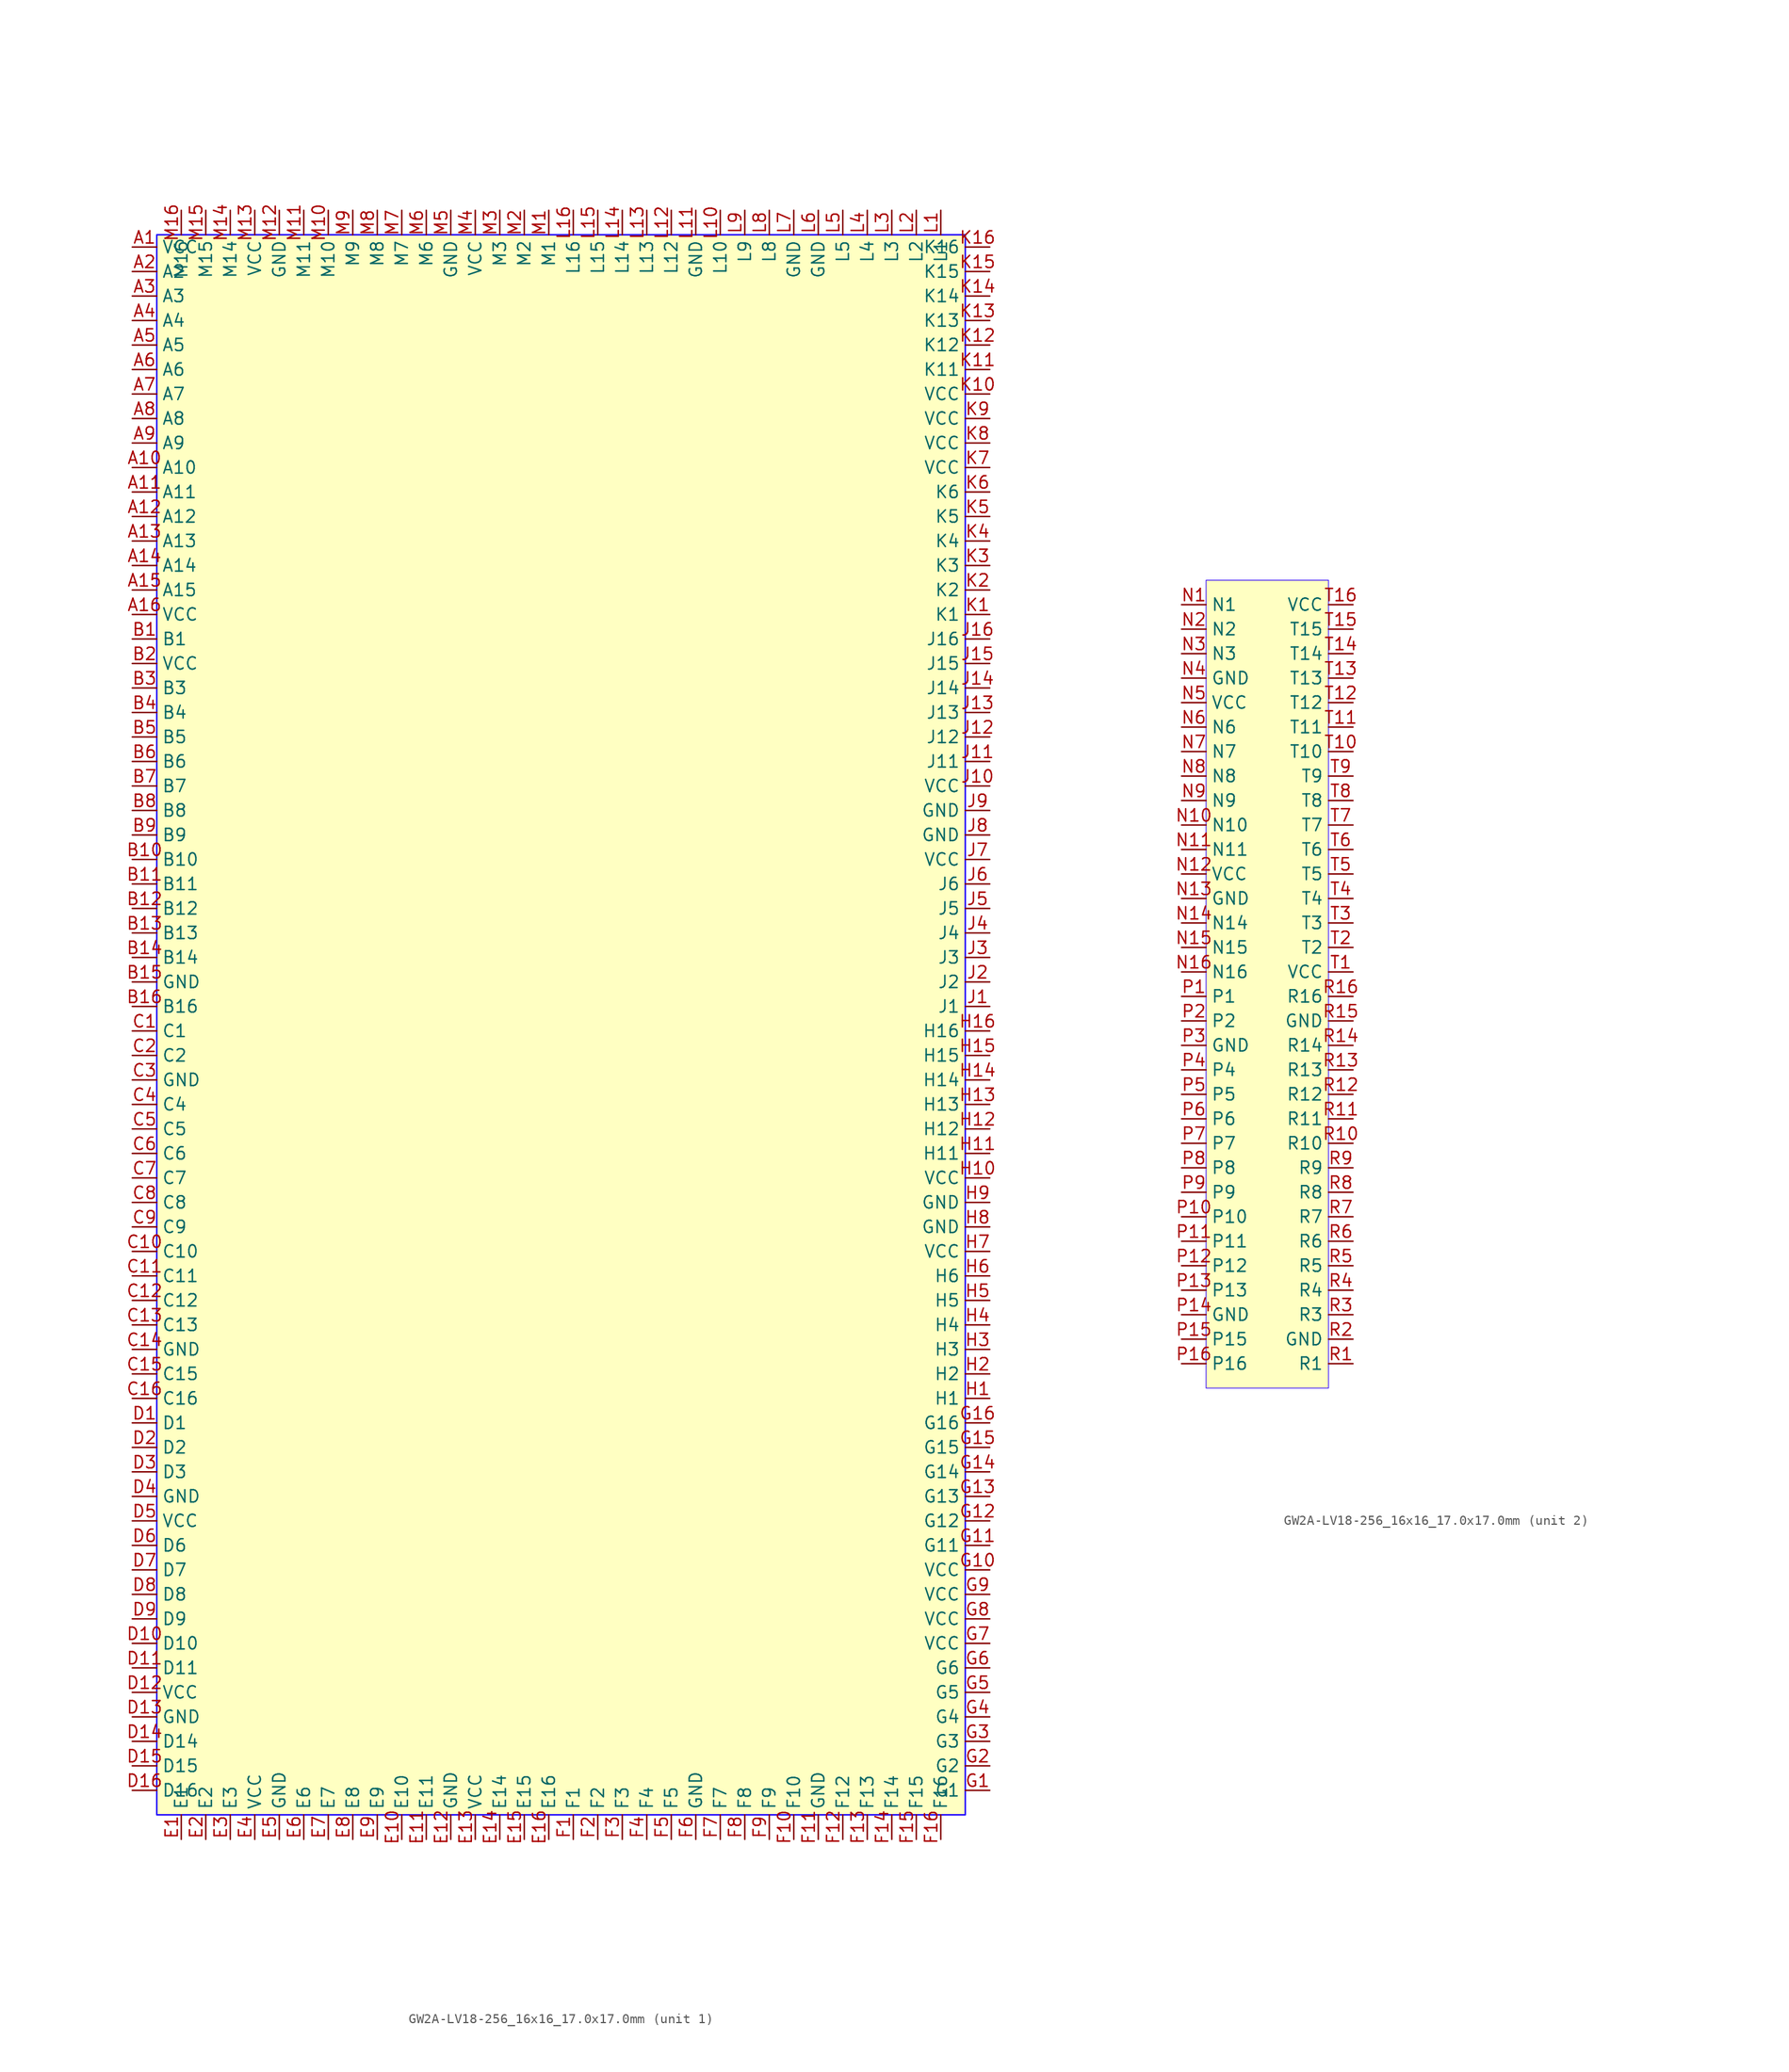
<source format=kicad_sym>
(kicad_symbol_lib
  (version 20241209)
  (generator "kicad_symbol_editor")
  (generator_version "9.0")
  (symbol "GW2A-LV18-256_16x16_17.0x17.0mm"
    (property "Reference" "GW2A"
      (at 44.45 85.09 0)
      (effects (font (size 1.27 1.27)) (hide yes)))
    (property "Value" ""
      (at 44.45 85.09 0)
      (effects (font (size 1.27 1.27))))
    (property "ki_locked" ""
      (at 0 0 0)
      (effects (font (size 1.27 1.27))))
    (symbol "GW2A-LV18-256_16x16_17.0x17.0mm_1_1"
      (rectangle (start 31.75 97.79) (end 115.57 -66.04) (stroke (width 0) (type solid) (color 26 1 255 1)) (fill (type background)))
      (pin power_in line (at 29.21 96.52 0) (length 2.54) (name "VCC" (effects (font (size 1.27 1.27)))) (number "A1" (effects (font (size 1.27 1.27)))))
      (pin output line (at 29.21 93.98 0) (length 2.54) (name "A2" (effects (font (size 1.27 1.27)))) (number "A2" (effects (font (size 1.27 1.27)))))
      (pin input line (at 29.21 91.44 0) (length 2.54) (name "A3" (effects (font (size 1.27 1.27)))) (number "A3" (effects (font (size 1.27 1.27)))))
      (pin input line (at 29.21 88.9 0) (length 2.54) (name "A4" (effects (font (size 1.27 1.27)))) (number "A4" (effects (font (size 1.27 1.27)))))
      (pin input line (at 29.21 86.36 0) (length 2.54) (name "A5" (effects (font (size 1.27 1.27)))) (number "A5" (effects (font (size 1.27 1.27)))))
      (pin output line (at 29.21 83.82 0) (length 2.54) (name "A6" (effects (font (size 1.27 1.27)))) (number "A6" (effects (font (size 1.27 1.27)))))
      (pin input line (at 29.21 81.28 0) (length 2.54) (name "A7" (effects (font (size 1.27 1.27)))) (number "A7" (effects (font (size 1.27 1.27)))))
      (pin output line (at 29.21 78.74 0) (length 2.54) (name "A8" (effects (font (size 1.27 1.27)))) (number "A8" (effects (font (size 1.27 1.27)))))
      (pin input line (at 29.21 76.2 0) (length 2.54) (name "A9" (effects (font (size 1.27 1.27)))) (number "A9" (effects (font (size 1.27 1.27)))))
      (pin output line (at 29.21 73.66 0) (length 2.54) (name "A10" (effects (font (size 1.27 1.27)))) (number "A10" (effects (font (size 1.27 1.27)))))
      (pin input line (at 29.21 71.12 0) (length 2.54) (name "A11" (effects (font (size 1.27 1.27)))) (number "A11" (effects (font (size 1.27 1.27)))))
      (pin output line (at 29.21 68.58 0) (length 2.54) (name "A12" (effects (font (size 1.27 1.27)))) (number "A12" (effects (font (size 1.27 1.27)))))
      (pin input line (at 29.21 66.04 0) (length 2.54) (name "A13" (effects (font (size 1.27 1.27)))) (number "A13" (effects (font (size 1.27 1.27)))))
      (pin output line (at 29.21 63.5 0) (length 2.54) (name "A14" (effects (font (size 1.27 1.27)))) (number "A14" (effects (font (size 1.27 1.27)))))
      (pin output line (at 29.21 60.96 0) (length 2.54) (name "A15" (effects (font (size 1.27 1.27)))) (number "A15" (effects (font (size 1.27 1.27)))))
      (pin power_in line (at 29.21 58.42 0) (length 2.54) (name "VCC" (effects (font (size 1.27 1.27)))) (number "A16" (effects (font (size 1.27 1.27)))))
      (pin input line (at 29.21 55.88 0) (length 2.54) (name "B1" (effects (font (size 1.27 1.27)))) (number "B1" (effects (font (size 1.27 1.27)))))
      (pin power_in line (at 29.21 53.34 0) (length 2.54) (name "VCC" (effects (font (size 1.27 1.27)))) (number "B2" (effects (font (size 1.27 1.27)))))
      (pin input line (at 29.21 50.8 0) (length 2.54) (name "B3" (effects (font (size 1.27 1.27)))) (number "B3" (effects (font (size 1.27 1.27)))))
      (pin output line (at 29.21 48.26 0) (length 2.54) (name "B4" (effects (font (size 1.27 1.27)))) (number "B4" (effects (font (size 1.27 1.27)))))
      (pin output line (at 29.21 45.72 0) (length 2.54) (name "B5" (effects (font (size 1.27 1.27)))) (number "B5" (effects (font (size 1.27 1.27)))))
      (pin output line (at 29.21 43.18 0) (length 2.54) (name "B6" (effects (font (size 1.27 1.27)))) (number "B6" (effects (font (size 1.27 1.27)))))
      (pin input line (at 29.21 40.64 0) (length 2.54) (name "B7" (effects (font (size 1.27 1.27)))) (number "B7" (effects (font (size 1.27 1.27)))))
      (pin output line (at 29.21 38.1 0) (length 2.54) (name "B8" (effects (font (size 1.27 1.27)))) (number "B8" (effects (font (size 1.27 1.27)))))
      (pin input line (at 29.21 35.56 0) (length 2.54) (name "B9" (effects (font (size 1.27 1.27)))) (number "B9" (effects (font (size 1.27 1.27)))))
      (pin output line (at 29.21 33.02 0) (length 2.54) (name "B10" (effects (font (size 1.27 1.27)))) (number "B10" (effects (font (size 1.27 1.27)))))
      (pin input line (at 29.21 30.48 0) (length 2.54) (name "B11" (effects (font (size 1.27 1.27)))) (number "B11" (effects (font (size 1.27 1.27)))))
      (pin output line (at 29.21 27.94 0) (length 2.54) (name "B12" (effects (font (size 1.27 1.27)))) (number "B12" (effects (font (size 1.27 1.27)))))
      (pin input line (at 29.21 25.4 0) (length 2.54) (name "B13" (effects (font (size 1.27 1.27)))) (number "B13" (effects (font (size 1.27 1.27)))))
      (pin input line (at 29.21 22.86 0) (length 2.54) (name "B14" (effects (font (size 1.27 1.27)))) (number "B14" (effects (font (size 1.27 1.27)))))
      (pin power_out line (at 29.21 20.32 0) (length 2.54) (name "GND" (effects (font (size 1.27 1.27)))) (number "B15" (effects (font (size 1.27 1.27)))))
      (pin output line (at 29.21 17.78 0) (length 2.54) (name "B16" (effects (font (size 1.27 1.27)))) (number "B16" (effects (font (size 1.27 1.27)))))
      (pin input line (at 29.21 15.24 0) (length 2.54) (name "C1" (effects (font (size 1.27 1.27)))) (number "C1" (effects (font (size 1.27 1.27)))))
      (pin output line (at 29.21 12.7 0) (length 2.54) (name "C2" (effects (font (size 1.27 1.27)))) (number "C2" (effects (font (size 1.27 1.27)))))
      (pin power_out line (at 29.21 10.16 0) (length 2.54) (name "GND" (effects (font (size 1.27 1.27)))) (number "C3" (effects (font (size 1.27 1.27)))))
      (pin input line (at 29.21 7.62 0) (length 2.54) (name "C4" (effects (font (size 1.27 1.27)))) (number "C4" (effects (font (size 1.27 1.27)))))
      (pin output line (at 29.21 5.08 0) (length 2.54) (name "C5" (effects (font (size 1.27 1.27)))) (number "C5" (effects (font (size 1.27 1.27)))))
      (pin input line (at 29.21 2.54 0) (length 2.54) (name "C6" (effects (font (size 1.27 1.27)))) (number "C6" (effects (font (size 1.27 1.27)))))
      (pin output line (at 29.21 0 0) (length 2.54) (name "C7" (effects (font (size 1.27 1.27)))) (number "C7" (effects (font (size 1.27 1.27)))))
      (pin input line (at 29.21 -2.54 0) (length 2.54) (name "C8" (effects (font (size 1.27 1.27)))) (number "C8" (effects (font (size 1.27 1.27)))))
      (pin output line (at 29.21 -5.08 0) (length 2.54) (name "C9" (effects (font (size 1.27 1.27)))) (number "C9" (effects (font (size 1.27 1.27)))))
      (pin unspecified line (at 29.21 -7.62 0) (length 2.54) (name "C10" (effects (font (size 1.27 1.27)))) (number "C10" (effects (font (size 1.27 1.27)))))
      (pin output line (at 29.21 -10.16 0) (length 2.54) (name "C11" (effects (font (size 1.27 1.27)))) (number "C11" (effects (font (size 1.27 1.27)))))
      (pin input line (at 29.21 -12.7 0) (length 2.54) (name "C12" (effects (font (size 1.27 1.27)))) (number "C12" (effects (font (size 1.27 1.27)))))
      (pin output line (at 29.21 -15.24 0) (length 2.54) (name "C13" (effects (font (size 1.27 1.27)))) (number "C13" (effects (font (size 1.27 1.27)))))
      (pin power_out line (at 29.21 -17.78 0) (length 2.54) (name "GND" (effects (font (size 1.27 1.27)))) (number "C14" (effects (font (size 1.27 1.27)))))
      (pin input line (at 29.21 -20.32 0) (length 2.54) (name "C15" (effects (font (size 1.27 1.27)))) (number "C15" (effects (font (size 1.27 1.27)))))
      (pin input line (at 29.21 -22.86 0) (length 2.54) (name "C16" (effects (font (size 1.27 1.27)))) (number "C16" (effects (font (size 1.27 1.27)))))
      (pin output line (at 29.21 -25.4 0) (length 2.54) (name "D1" (effects (font (size 1.27 1.27)))) (number "D1" (effects (font (size 1.27 1.27)))))
      (pin output line (at 29.21 -27.94 0) (length 2.54) (name "D2" (effects (font (size 1.27 1.27)))) (number "D2" (effects (font (size 1.27 1.27)))))
      (pin input line (at 29.21 -30.48 0) (length 2.54) (name "D3" (effects (font (size 1.27 1.27)))) (number "D3" (effects (font (size 1.27 1.27)))))
      (pin power_out line (at 29.21 -33.02 0) (length 2.54) (name "GND" (effects (font (size 1.27 1.27)))) (number "D4" (effects (font (size 1.27 1.27)))))
      (pin power_in line (at 29.21 -35.56 0) (length 2.54) (name "VCC" (effects (font (size 1.27 1.27)))) (number "D5" (effects (font (size 1.27 1.27)))))
      (pin input line (at 29.21 -38.1 0) (length 2.54) (name "D6" (effects (font (size 1.27 1.27)))) (number "D6" (effects (font (size 1.27 1.27)))))
      (pin output line (at 29.21 -40.64 0) (length 2.54) (name "D7" (effects (font (size 1.27 1.27)))) (number "D7" (effects (font (size 1.27 1.27)))))
      (pin input line (at 29.21 -43.18 0) (length 2.54) (name "D8" (effects (font (size 1.27 1.27)))) (number "D8" (effects (font (size 1.27 1.27)))))
      (pin output line (at 29.21 -45.72 0) (length 2.54) (name "D9" (effects (font (size 1.27 1.27)))) (number "D9" (effects (font (size 1.27 1.27)))))
      (pin input line (at 29.21 -48.26 0) (length 2.54) (name "D10" (effects (font (size 1.27 1.27)))) (number "D10" (effects (font (size 1.27 1.27)))))
      (pin unspecified line (at 29.21 -50.8 0) (length 2.54) (name "D11" (effects (font (size 1.27 1.27)))) (number "D11" (effects (font (size 1.27 1.27)))))
      (pin power_in line (at 29.21 -53.34 0) (length 2.54) (name "VCC" (effects (font (size 1.27 1.27)))) (number "D12" (effects (font (size 1.27 1.27)))))
      (pin power_out line (at 29.21 -55.88 0) (length 2.54) (name "GND" (effects (font (size 1.27 1.27)))) (number "D13" (effects (font (size 1.27 1.27)))))
      (pin input line (at 29.21 -58.42 0) (length 2.54) (name "D14" (effects (font (size 1.27 1.27)))) (number "D14" (effects (font (size 1.27 1.27)))))
      (pin output line (at 29.21 -60.96 0) (length 2.54) (name "D15" (effects (font (size 1.27 1.27)))) (number "D15" (effects (font (size 1.27 1.27)))))
      (pin input line (at 29.21 -63.5 0) (length 2.54) (name "D16" (effects (font (size 1.27 1.27)))) (number "D16" (effects (font (size 1.27 1.27)))))
      (pin input line (at 34.29 100.33 270) (length 2.54) (name "M16" (effects (font (size 1.27 1.27)))) (number "M16" (effects (font (size 1.27 1.27)))))
      (pin input line (at 34.29 -68.58 90) (length 2.54) (name "E1" (effects (font (size 1.27 1.27)))) (number "E1" (effects (font (size 1.27 1.27)))))
      (pin output line (at 36.83 100.33 270) (length 2.54) (name "M15" (effects (font (size 1.27 1.27)))) (number "M15" (effects (font (size 1.27 1.27)))))
      (pin input line (at 36.83 -68.58 90) (length 2.54) (name "E2" (effects (font (size 1.27 1.27)))) (number "E2" (effects (font (size 1.27 1.27)))))
      (pin input line (at 39.37 100.33 270) (length 2.54) (name "M14" (effects (font (size 1.27 1.27)))) (number "M14" (effects (font (size 1.27 1.27)))))
      (pin output line (at 39.37 -68.58 90) (length 2.54) (name "E3" (effects (font (size 1.27 1.27)))) (number "E3" (effects (font (size 1.27 1.27)))))
      (pin power_in line (at 41.91 100.33 270) (length 2.54) (name "VCC" (effects (font (size 1.27 1.27)))) (number "M13" (effects (font (size 1.27 1.27)))))
      (pin power_in line (at 41.91 -68.58 90) (length 2.54) (name "VCC" (effects (font (size 1.27 1.27)))) (number "E4" (effects (font (size 1.27 1.27)))))
      (pin power_out line (at 44.45 100.33 270) (length 2.54) (name "GND" (effects (font (size 1.27 1.27)))) (number "M12" (effects (font (size 1.27 1.27)))))
      (pin power_out line (at 44.45 -68.58 90) (length 2.54) (name "GND" (effects (font (size 1.27 1.27)))) (number "E5" (effects (font (size 1.27 1.27)))))
      (pin output line (at 46.99 100.33 270) (length 2.54) (name "M11" (effects (font (size 1.27 1.27)))) (number "M11" (effects (font (size 1.27 1.27)))))
      (pin input line (at 46.99 -68.58 90) (length 2.54) (name "E6" (effects (font (size 1.27 1.27)))) (number "E6" (effects (font (size 1.27 1.27)))))
      (pin input line (at 49.53 100.33 270) (length 2.54) (name "M10" (effects (font (size 1.27 1.27)))) (number "M10" (effects (font (size 1.27 1.27)))))
      (pin output line (at 49.53 -68.58 90) (length 2.54) (name "E7" (effects (font (size 1.27 1.27)))) (number "E7" (effects (font (size 1.27 1.27)))))
      (pin input line (at 52.07 100.33 270) (length 2.54) (name "M9" (effects (font (size 1.27 1.27)))) (number "M9" (effects (font (size 1.27 1.27)))))
      (pin output line (at 52.07 -68.58 90) (length 2.54) (name "E8" (effects (font (size 1.27 1.27)))) (number "E8" (effects (font (size 1.27 1.27)))))
      (pin input line (at 54.61 100.33 270) (length 2.54) (name "M8" (effects (font (size 1.27 1.27)))) (number "M8" (effects (font (size 1.27 1.27)))))
      (pin output line (at 54.61 -68.58 90) (length 2.54) (name "E9" (effects (font (size 1.27 1.27)))) (number "E9" (effects (font (size 1.27 1.27)))))
      (pin input line (at 57.15 100.33 270) (length 2.54) (name "M7" (effects (font (size 1.27 1.27)))) (number "M7" (effects (font (size 1.27 1.27)))))
      (pin output line (at 57.15 -68.58 90) (length 2.54) (name "E10" (effects (font (size 1.27 1.27)))) (number "E10" (effects (font (size 1.27 1.27)))))
      (pin input line (at 59.69 100.33 270) (length 2.54) (name "M6" (effects (font (size 1.27 1.27)))) (number "M6" (effects (font (size 1.27 1.27)))))
      (pin output line (at 59.69 -68.58 90) (length 2.54) (name "E11" (effects (font (size 1.27 1.27)))) (number "E11" (effects (font (size 1.27 1.27)))))
      (pin power_out line (at 62.23 100.33 270) (length 2.54) (name "GND" (effects (font (size 1.27 1.27)))) (number "M5" (effects (font (size 1.27 1.27)))))
      (pin power_out line (at 62.23 -68.58 90) (length 2.54) (name "GND" (effects (font (size 1.27 1.27)))) (number "E12" (effects (font (size 1.27 1.27)))))
      (pin power_in line (at 64.77 100.33 270) (length 2.54) (name "VCC" (effects (font (size 1.27 1.27)))) (number "M4" (effects (font (size 1.27 1.27)))))
      (pin power_in line (at 64.77 -68.58 90) (length 2.54) (name "VCC" (effects (font (size 1.27 1.27)))) (number "E13" (effects (font (size 1.27 1.27)))))
      (pin input line (at 67.31 100.33 270) (length 2.54) (name "M3" (effects (font (size 1.27 1.27)))) (number "M3" (effects (font (size 1.27 1.27)))))
      (pin output line (at 67.31 -68.58 90) (length 2.54) (name "E14" (effects (font (size 1.27 1.27)))) (number "E14" (effects (font (size 1.27 1.27)))))
      (pin input line (at 69.85 100.33 270) (length 2.54) (name "M2" (effects (font (size 1.27 1.27)))) (number "M2" (effects (font (size 1.27 1.27)))))
      (pin output line (at 69.85 -68.58 90) (length 2.54) (name "E15" (effects (font (size 1.27 1.27)))) (number "E15" (effects (font (size 1.27 1.27)))))
      (pin output line (at 72.39 100.33 270) (length 2.54) (name "M1" (effects (font (size 1.27 1.27)))) (number "M1" (effects (font (size 1.27 1.27)))))
      (pin input line (at 72.39 -68.58 90) (length 2.54) (name "E16" (effects (font (size 1.27 1.27)))) (number "E16" (effects (font (size 1.27 1.27)))))
      (pin input line (at 74.93 100.33 270) (length 2.54) (name "L16" (effects (font (size 1.27 1.27)))) (number "L16" (effects (font (size 1.27 1.27)))))
      (pin output line (at 74.93 -68.58 90) (length 2.54) (name "F1" (effects (font (size 1.27 1.27)))) (number "F1" (effects (font (size 1.27 1.27)))))
      (pin unspecified line (at 77.47 100.33 270) (length 2.54) (name "L15" (effects (font (size 1.27 1.27)))) (number "L15" (effects (font (size 1.27 1.27)))))
      (pin output line (at 77.47 -68.58 90) (length 2.54) (name "F2" (effects (font (size 1.27 1.27)))) (number "F2" (effects (font (size 1.27 1.27)))))
      (pin output line (at 80.01 100.33 270) (length 2.54) (name "L14" (effects (font (size 1.27 1.27)))) (number "L14" (effects (font (size 1.27 1.27)))))
      (pin input line (at 80.01 -68.58 90) (length 2.54) (name "F3" (effects (font (size 1.27 1.27)))) (number "F3" (effects (font (size 1.27 1.27)))))
      (pin output line (at 82.55 100.33 270) (length 2.54) (name "L13" (effects (font (size 1.27 1.27)))) (number "L13" (effects (font (size 1.27 1.27)))))
      (pin input line (at 82.55 -68.58 90) (length 2.54) (name "F4" (effects (font (size 1.27 1.27)))) (number "F4" (effects (font (size 1.27 1.27)))))
      (pin output line (at 85.09 100.33 270) (length 2.54) (name "L12" (effects (font (size 1.27 1.27)))) (number "L12" (effects (font (size 1.27 1.27)))))
      (pin input line (at 85.09 -68.58 90) (length 2.54) (name "F5" (effects (font (size 1.27 1.27)))) (number "F5" (effects (font (size 1.27 1.27)))))
      (pin power_out line (at 87.63 100.33 270) (length 2.54) (name "GND" (effects (font (size 1.27 1.27)))) (number "L11" (effects (font (size 1.27 1.27)))))
      (pin power_out line (at 87.63 -68.58 90) (length 2.54) (name "GND" (effects (font (size 1.27 1.27)))) (number "F6" (effects (font (size 1.27 1.27)))))
      (pin output line (at 90.17 100.33 270) (length 2.54) (name "L10" (effects (font (size 1.27 1.27)))) (number "L10" (effects (font (size 1.27 1.27)))))
      (pin input line (at 90.17 -68.58 90) (length 2.54) (name "F7" (effects (font (size 1.27 1.27)))) (number "F7" (effects (font (size 1.27 1.27)))))
      (pin output line (at 92.71 100.33 270) (length 2.54) (name "L9" (effects (font (size 1.27 1.27)))) (number "L9" (effects (font (size 1.27 1.27)))))
      (pin input line (at 92.71 -68.58 90) (length 2.54) (name "F8" (effects (font (size 1.27 1.27)))) (number "F8" (effects (font (size 1.27 1.27)))))
      (pin output line (at 95.25 100.33 270) (length 2.54) (name "L8" (effects (font (size 1.27 1.27)))) (number "L8" (effects (font (size 1.27 1.27)))))
      (pin input line (at 95.25 -68.58 90) (length 2.54) (name "F9" (effects (font (size 1.27 1.27)))) (number "F9" (effects (font (size 1.27 1.27)))))
      (pin power_out line (at 97.79 100.33 270) (length 2.54) (name "GND" (effects (font (size 1.27 1.27)))) (number "L7" (effects (font (size 1.27 1.27)))))
      (pin unspecified line (at 97.79 -68.58 90) (length 2.54) (name "F10" (effects (font (size 1.27 1.27)))) (number "F10" (effects (font (size 1.27 1.27)))))
      (pin power_out line (at 100.33 100.33 270) (length 2.54) (name "GND" (effects (font (size 1.27 1.27)))) (number "L6" (effects (font (size 1.27 1.27)))))
      (pin power_out line (at 100.33 -68.58 90) (length 2.54) (name "GND" (effects (font (size 1.27 1.27)))) (number "F11" (effects (font (size 1.27 1.27)))))
      (pin output line (at 102.87 100.33 270) (length 2.54) (name "L5" (effects (font (size 1.27 1.27)))) (number "L5" (effects (font (size 1.27 1.27)))))
      (pin input line (at 102.87 -68.58 90) (length 2.54) (name "F12" (effects (font (size 1.27 1.27)))) (number "F12" (effects (font (size 1.27 1.27)))))
      (pin output line (at 105.41 100.33 270) (length 2.54) (name "L4" (effects (font (size 1.27 1.27)))) (number "L4" (effects (font (size 1.27 1.27)))))
      (pin input line (at 105.41 -68.58 90) (length 2.54) (name "F13" (effects (font (size 1.27 1.27)))) (number "F13" (effects (font (size 1.27 1.27)))))
      (pin output line (at 107.95 100.33 270) (length 2.54) (name "L3" (effects (font (size 1.27 1.27)))) (number "L3" (effects (font (size 1.27 1.27)))))
      (pin input line (at 107.95 -68.58 90) (length 2.54) (name "F14" (effects (font (size 1.27 1.27)))) (number "F14" (effects (font (size 1.27 1.27)))))
      (pin input line (at 110.49 100.33 270) (length 2.54) (name "L2" (effects (font (size 1.27 1.27)))) (number "L2" (effects (font (size 1.27 1.27)))))
      (pin output line (at 110.49 -68.58 90) (length 2.54) (name "F15" (effects (font (size 1.27 1.27)))) (number "F15" (effects (font (size 1.27 1.27)))))
      (pin input line (at 113.03 100.33 270) (length 2.54) (name "L1" (effects (font (size 1.27 1.27)))) (number "L1" (effects (font (size 1.27 1.27)))))
      (pin output line (at 113.03 -68.58 90) (length 2.54) (name "F16" (effects (font (size 1.27 1.27)))) (number "F16" (effects (font (size 1.27 1.27)))))
      (pin output line (at 118.11 96.52 180) (length 2.54) (name "K16" (effects (font (size 1.27 1.27)))) (number "K16" (effects (font (size 1.27 1.27)))))
      (pin output line (at 118.11 93.98 180) (length 2.54) (name "K15" (effects (font (size 1.27 1.27)))) (number "K15" (effects (font (size 1.27 1.27)))))
      (pin input line (at 118.11 91.44 180) (length 2.54) (name "K14" (effects (font (size 1.27 1.27)))) (number "K14" (effects (font (size 1.27 1.27)))))
      (pin input line (at 118.11 88.9 180) (length 2.54) (name "K13" (effects (font (size 1.27 1.27)))) (number "K13" (effects (font (size 1.27 1.27)))))
      (pin output line (at 118.11 86.36 180) (length 2.54) (name "K12" (effects (font (size 1.27 1.27)))) (number "K12" (effects (font (size 1.27 1.27)))))
      (pin input line (at 118.11 83.82 180) (length 2.54) (name "K11" (effects (font (size 1.27 1.27)))) (number "K11" (effects (font (size 1.27 1.27)))))
      (pin power_in line (at 118.11 81.28 180) (length 2.54) (name "VCC" (effects (font (size 1.27 1.27)))) (number "K10" (effects (font (size 1.27 1.27)))))
      (pin power_in line (at 118.11 78.74 180) (length 2.54) (name "VCC" (effects (font (size 1.27 1.27)))) (number "K9" (effects (font (size 1.27 1.27)))))
      (pin power_in line (at 118.11 76.2 180) (length 2.54) (name "VCC" (effects (font (size 1.27 1.27)))) (number "K8" (effects (font (size 1.27 1.27)))))
      (pin power_in line (at 118.11 73.66 180) (length 2.54) (name "VCC" (effects (font (size 1.27 1.27)))) (number "K7" (effects (font (size 1.27 1.27)))))
      (pin output line (at 118.11 71.12 180) (length 2.54) (name "K6" (effects (font (size 1.27 1.27)))) (number "K6" (effects (font (size 1.27 1.27)))))
      (pin input line (at 118.11 68.58 180) (length 2.54) (name "K5" (effects (font (size 1.27 1.27)))) (number "K5" (effects (font (size 1.27 1.27)))))
      (pin input line (at 118.11 66.04 180) (length 2.54) (name "K4" (effects (font (size 1.27 1.27)))) (number "K4" (effects (font (size 1.27 1.27)))))
      (pin input line (at 118.11 63.5 180) (length 2.54) (name "K3" (effects (font (size 1.27 1.27)))) (number "K3" (effects (font (size 1.27 1.27)))))
      (pin output line (at 118.11 60.96 180) (length 2.54) (name "K2" (effects (font (size 1.27 1.27)))) (number "K2" (effects (font (size 1.27 1.27)))))
      (pin output line (at 118.11 58.42 180) (length 2.54) (name "K1" (effects (font (size 1.27 1.27)))) (number "K1" (effects (font (size 1.27 1.27)))))
      (pin input line (at 118.11 55.88 180) (length 2.54) (name "J16" (effects (font (size 1.27 1.27)))) (number "J16" (effects (font (size 1.27 1.27)))))
      (pin input line (at 118.11 53.34 180) (length 2.54) (name "J15" (effects (font (size 1.27 1.27)))) (number "J15" (effects (font (size 1.27 1.27)))))
      (pin output line (at 118.11 50.8 180) (length 2.54) (name "J14" (effects (font (size 1.27 1.27)))) (number "J14" (effects (font (size 1.27 1.27)))))
      (pin output line (at 118.11 48.26 180) (length 2.54) (name "J13" (effects (font (size 1.27 1.27)))) (number "J13" (effects (font (size 1.27 1.27)))))
      (pin output line (at 118.11 45.72 180) (length 2.54) (name "J12" (effects (font (size 1.27 1.27)))) (number "J12" (effects (font (size 1.27 1.27)))))
      (pin input line (at 118.11 43.18 180) (length 2.54) (name "J11" (effects (font (size 1.27 1.27)))) (number "J11" (effects (font (size 1.27 1.27)))))
      (pin power_in line (at 118.11 40.64 180) (length 2.54) (name "VCC" (effects (font (size 1.27 1.27)))) (number "J10" (effects (font (size 1.27 1.27)))))
      (pin power_out line (at 118.11 38.1 180) (length 2.54) (name "GND" (effects (font (size 1.27 1.27)))) (number "J9" (effects (font (size 1.27 1.27)))))
      (pin power_out line (at 118.11 35.56 180) (length 2.54) (name "GND" (effects (font (size 1.27 1.27)))) (number "J8" (effects (font (size 1.27 1.27)))))
      (pin power_in line (at 118.11 33.02 180) (length 2.54) (name "VCC" (effects (font (size 1.27 1.27)))) (number "J7" (effects (font (size 1.27 1.27)))))
      (pin output line (at 118.11 30.48 180) (length 2.54) (name "J6" (effects (font (size 1.27 1.27)))) (number "J6" (effects (font (size 1.27 1.27)))))
      (pin input line (at 118.11 27.94 180) (length 2.54) (name "J5" (effects (font (size 1.27 1.27)))) (number "J5" (effects (font (size 1.27 1.27)))))
      (pin output line (at 118.11 25.4 180) (length 2.54) (name "J4" (effects (font (size 1.27 1.27)))) (number "J4" (effects (font (size 1.27 1.27)))))
      (pin output line (at 118.11 22.86 180) (length 2.54) (name "J3" (effects (font (size 1.27 1.27)))) (number "J3" (effects (font (size 1.27 1.27)))))
      (pin input line (at 118.11 20.32 180) (length 2.54) (name "J2" (effects (font (size 1.27 1.27)))) (number "J2" (effects (font (size 1.27 1.27)))))
      (pin input line (at 118.11 17.78 180) (length 2.54) (name "J1" (effects (font (size 1.27 1.27)))) (number "J1" (effects (font (size 1.27 1.27)))))
      (pin output line (at 118.11 15.24 180) (length 2.54) (name "H16" (effects (font (size 1.27 1.27)))) (number "H16" (effects (font (size 1.27 1.27)))))
      (pin output line (at 118.11 12.7 180) (length 2.54) (name "H15" (effects (font (size 1.27 1.27)))) (number "H15" (effects (font (size 1.27 1.27)))))
      (pin input line (at 118.11 10.16 180) (length 2.54) (name "H14" (effects (font (size 1.27 1.27)))) (number "H14" (effects (font (size 1.27 1.27)))))
      (pin input line (at 118.11 7.62 180) (length 2.54) (name "H13" (effects (font (size 1.27 1.27)))) (number "H13" (effects (font (size 1.27 1.27)))))
      (pin output line (at 118.11 5.08 180) (length 2.54) (name "H12" (effects (font (size 1.27 1.27)))) (number "H12" (effects (font (size 1.27 1.27)))))
      (pin input line (at 118.11 2.54 180) (length 2.54) (name "H11" (effects (font (size 1.27 1.27)))) (number "H11" (effects (font (size 1.27 1.27)))))
      (pin power_in line (at 118.11 0 180) (length 2.54) (name "VCC" (effects (font (size 1.27 1.27)))) (number "H10" (effects (font (size 1.27 1.27)))))
      (pin power_out line (at 118.11 -2.54 180) (length 2.54) (name "GND" (effects (font (size 1.27 1.27)))) (number "H9" (effects (font (size 1.27 1.27)))))
      (pin power_out line (at 118.11 -5.08 180) (length 2.54) (name "GND" (effects (font (size 1.27 1.27)))) (number "H8" (effects (font (size 1.27 1.27)))))
      (pin power_in line (at 118.11 -7.62 180) (length 2.54) (name "VCC" (effects (font (size 1.27 1.27)))) (number "H7" (effects (font (size 1.27 1.27)))))
      (pin output line (at 118.11 -10.16 180) (length 2.54) (name "H6" (effects (font (size 1.27 1.27)))) (number "H6" (effects (font (size 1.27 1.27)))))
      (pin input line (at 118.11 -12.7 180) (length 2.54) (name "H5" (effects (font (size 1.27 1.27)))) (number "H5" (effects (font (size 1.27 1.27)))))
      (pin input line (at 118.11 -15.24 180) (length 2.54) (name "H4" (effects (font (size 1.27 1.27)))) (number "H4" (effects (font (size 1.27 1.27)))))
      (pin input line (at 118.11 -17.78 180) (length 2.54) (name "H3" (effects (font (size 1.27 1.27)))) (number "H3" (effects (font (size 1.27 1.27)))))
      (pin output line (at 118.11 -20.32 180) (length 2.54) (name "H2" (effects (font (size 1.27 1.27)))) (number "H2" (effects (font (size 1.27 1.27)))))
      (pin output line (at 118.11 -22.86 180) (length 2.54) (name "H1" (effects (font (size 1.27 1.27)))) (number "H1" (effects (font (size 1.27 1.27)))))
      (pin input line (at 118.11 -25.4 180) (length 2.54) (name "G16" (effects (font (size 1.27 1.27)))) (number "G16" (effects (font (size 1.27 1.27)))))
      (pin input line (at 118.11 -27.94 180) (length 2.54) (name "G15" (effects (font (size 1.27 1.27)))) (number "G15" (effects (font (size 1.27 1.27)))))
      (pin output line (at 118.11 -30.48 180) (length 2.54) (name "G14" (effects (font (size 1.27 1.27)))) (number "G14" (effects (font (size 1.27 1.27)))))
      (pin output line (at 118.11 -33.02 180) (length 2.54) (name "G13" (effects (font (size 1.27 1.27)))) (number "G13" (effects (font (size 1.27 1.27)))))
      (pin output line (at 118.11 -35.56 180) (length 2.54) (name "G12" (effects (font (size 1.27 1.27)))) (number "G12" (effects (font (size 1.27 1.27)))))
      (pin input line (at 118.11 -38.1 180) (length 2.54) (name "G11" (effects (font (size 1.27 1.27)))) (number "G11" (effects (font (size 1.27 1.27)))))
      (pin power_in line (at 118.11 -40.64 180) (length 2.54) (name "VCC" (effects (font (size 1.27 1.27)))) (number "G10" (effects (font (size 1.27 1.27)))))
      (pin power_in line (at 118.11 -43.18 180) (length 2.54) (name "VCC" (effects (font (size 1.27 1.27)))) (number "G9" (effects (font (size 1.27 1.27)))))
      (pin power_in line (at 118.11 -45.72 180) (length 2.54) (name "VCC" (effects (font (size 1.27 1.27)))) (number "G8" (effects (font (size 1.27 1.27)))))
      (pin power_in line (at 118.11 -48.26 180) (length 2.54) (name "VCC" (effects (font (size 1.27 1.27)))) (number "G7" (effects (font (size 1.27 1.27)))))
      (pin output line (at 118.11 -50.8 180) (length 2.54) (name "G6" (effects (font (size 1.27 1.27)))) (number "G6" (effects (font (size 1.27 1.27)))))
      (pin input line (at 118.11 -53.34 180) (length 2.54) (name "G5" (effects (font (size 1.27 1.27)))) (number "G5" (effects (font (size 1.27 1.27)))))
      (pin output line (at 118.11 -55.88 180) (length 2.54) (name "G4" (effects (font (size 1.27 1.27)))) (number "G4" (effects (font (size 1.27 1.27)))))
      (pin output line (at 118.11 -58.42 180) (length 2.54) (name "G3" (effects (font (size 1.27 1.27)))) (number "G3" (effects (font (size 1.27 1.27)))))
      (pin input line (at 118.11 -60.96 180) (length 2.54) (name "G2" (effects (font (size 1.27 1.27)))) (number "G2" (effects (font (size 1.27 1.27)))))
      (pin input line (at 118.11 -63.5 180) (length 2.54) (name "G1" (effects (font (size 1.27 1.27)))) (number "G1" (effects (font (size 1.27 1.27))))))
    (symbol "GW2A-LV18-256_16x16_17.0x17.0mm_2_1"
      (rectangle (start -6.35 41.91) (end 6.35 -41.91) (stroke (width 0.076) (type solid) (color 45 3 255 1)) (fill (type background)))
      (pin output line (at -8.89 39.37 0) (length 2.54) (name "N1" (effects (font (size 1.27 1.27)))) (number "N1" (effects (font (size 1.27 1.27)))))
      (pin input line (at -8.89 36.83 0) (length 2.54) (name "N2" (effects (font (size 1.27 1.27)))) (number "N2" (effects (font (size 1.27 1.27)))))
      (pin output line (at -8.89 34.29 0) (length 2.54) (name "N3" (effects (font (size 1.27 1.27)))) (number "N3" (effects (font (size 1.27 1.27)))))
      (pin power_out line (at -8.89 31.75 0) (length 2.54) (name "GND" (effects (font (size 1.27 1.27)))) (number "N4" (effects (font (size 1.27 1.27)))))
      (pin power_in line (at -8.89 29.21 0) (length 2.54) (name "VCC" (effects (font (size 1.27 1.27)))) (number "N5" (effects (font (size 1.27 1.27)))))
      (pin unspecified line (at -8.89 26.67 0) (length 2.54) (name "N6" (effects (font (size 1.27 1.27)))) (number "N6" (effects (font (size 1.27 1.27)))))
      (pin output line (at -8.89 24.13 0) (length 2.54) (name "N7" (effects (font (size 1.27 1.27)))) (number "N7" (effects (font (size 1.27 1.27)))))
      (pin input line (at -8.89 21.59 0) (length 2.54) (name "N8" (effects (font (size 1.27 1.27)))) (number "N8" (effects (font (size 1.27 1.27)))))
      (pin output line (at -8.89 19.05 0) (length 2.54) (name "N9" (effects (font (size 1.27 1.27)))) (number "N9" (effects (font (size 1.27 1.27)))))
      (pin input line (at -8.89 16.51 0) (length 2.54) (name "N10" (effects (font (size 1.27 1.27)))) (number "N10" (effects (font (size 1.27 1.27)))))
      (pin output line (at -8.89 13.97 0) (length 2.54) (name "N11" (effects (font (size 1.27 1.27)))) (number "N11" (effects (font (size 1.27 1.27)))))
      (pin power_in line (at -8.89 11.43 0) (length 2.54) (name "VCC" (effects (font (size 1.27 1.27)))) (number "N12" (effects (font (size 1.27 1.27)))))
      (pin power_out line (at -8.89 8.89 0) (length 2.54) (name "GND" (effects (font (size 1.27 1.27)))) (number "N13" (effects (font (size 1.27 1.27)))))
      (pin output line (at -8.89 6.35 0) (length 2.54) (name "N14" (effects (font (size 1.27 1.27)))) (number "N14" (effects (font (size 1.27 1.27)))))
      (pin input line (at -8.89 3.81 0) (length 2.54) (name "N15" (effects (font (size 1.27 1.27)))) (number "N15" (effects (font (size 1.27 1.27)))))
      (pin input line (at -8.89 1.27 0) (length 2.54) (name "N16" (effects (font (size 1.27 1.27)))) (number "N16" (effects (font (size 1.27 1.27)))))
      (pin output line (at -8.89 -1.27 0) (length 2.54) (name "P1" (effects (font (size 1.27 1.27)))) (number "P1" (effects (font (size 1.27 1.27)))))
      (pin output line (at -8.89 -3.81 0) (length 2.54) (name "P2" (effects (font (size 1.27 1.27)))) (number "P2" (effects (font (size 1.27 1.27)))))
      (pin power_out line (at -8.89 -6.35 0) (length 2.54) (name "GND" (effects (font (size 1.27 1.27)))) (number "P3" (effects (font (size 1.27 1.27)))))
      (pin input line (at -8.89 -8.89 0) (length 2.54) (name "P4" (effects (font (size 1.27 1.27)))) (number "P4" (effects (font (size 1.27 1.27)))))
      (pin input line (at -8.89 -11.43 0) (length 2.54) (name "P5" (effects (font (size 1.27 1.27)))) (number "P5" (effects (font (size 1.27 1.27)))))
      (pin input line (at -8.89 -13.97 0) (length 2.54) (name "P6" (effects (font (size 1.27 1.27)))) (number "P6" (effects (font (size 1.27 1.27)))))
      (pin output line (at -8.89 -16.51 0) (length 2.54) (name "P7" (effects (font (size 1.27 1.27)))) (number "P7" (effects (font (size 1.27 1.27)))))
      (pin input line (at -8.89 -19.05 0) (length 2.54) (name "P8" (effects (font (size 1.27 1.27)))) (number "P8" (effects (font (size 1.27 1.27)))))
      (pin output line (at -8.89 -21.59 0) (length 2.54) (name "P9" (effects (font (size 1.27 1.27)))) (number "P9" (effects (font (size 1.27 1.27)))))
      (pin input line (at -8.89 -24.13 0) (length 2.54) (name "P10" (effects (font (size 1.27 1.27)))) (number "P10" (effects (font (size 1.27 1.27)))))
      (pin output line (at -8.89 -26.67 0) (length 2.54) (name "P11" (effects (font (size 1.27 1.27)))) (number "P11" (effects (font (size 1.27 1.27)))))
      (pin input line (at -8.89 -29.21 0) (length 2.54) (name "P12" (effects (font (size 1.27 1.27)))) (number "P12" (effects (font (size 1.27 1.27)))))
      (pin output line (at -8.89 -31.75 0) (length 2.54) (name "P13" (effects (font (size 1.27 1.27)))) (number "P13" (effects (font (size 1.27 1.27)))))
      (pin power_out line (at -8.89 -34.29 0) (length 2.54) (name "GND" (effects (font (size 1.27 1.27)))) (number "P14" (effects (font (size 1.27 1.27)))))
      (pin input line (at -8.89 -36.83 0) (length 2.54) (name "P15" (effects (font (size 1.27 1.27)))) (number "P15" (effects (font (size 1.27 1.27)))))
      (pin output line (at -8.89 -39.37 0) (length 2.54) (name "P16" (effects (font (size 1.27 1.27)))) (number "P16" (effects (font (size 1.27 1.27)))))
      (pin power_in line (at 8.89 39.37 180) (length 2.54) (name "VCC" (effects (font (size 1.27 1.27)))) (number "T16" (effects (font (size 1.27 1.27)))))
      (pin input line (at 8.89 36.83 180) (length 2.54) (name "T15" (effects (font (size 1.27 1.27)))) (number "T15" (effects (font (size 1.27 1.27)))))
      (pin output line (at 8.89 34.29 180) (length 2.54) (name "T14" (effects (font (size 1.27 1.27)))) (number "T14" (effects (font (size 1.27 1.27)))))
      (pin output line (at 8.89 31.75 180) (length 2.54) (name "T13" (effects (font (size 1.27 1.27)))) (number "T13" (effects (font (size 1.27 1.27)))))
      (pin output line (at 8.89 29.21 180) (length 2.54) (name "T12" (effects (font (size 1.27 1.27)))) (number "T12" (effects (font (size 1.27 1.27)))))
      (pin input line (at 8.89 26.67 180) (length 2.54) (name "T11" (effects (font (size 1.27 1.27)))) (number "T11" (effects (font (size 1.27 1.27)))))
      (pin output line (at 8.89 24.13 180) (length 2.54) (name "T10" (effects (font (size 1.27 1.27)))) (number "T10" (effects (font (size 1.27 1.27)))))
      (pin input line (at 8.89 21.59 180) (length 2.54) (name "T9" (effects (font (size 1.27 1.27)))) (number "T9" (effects (font (size 1.27 1.27)))))
      (pin output line (at 8.89 19.05 180) (length 2.54) (name "T8" (effects (font (size 1.27 1.27)))) (number "T8" (effects (font (size 1.27 1.27)))))
      (pin input line (at 8.89 16.51 180) (length 2.54) (name "T7" (effects (font (size 1.27 1.27)))) (number "T7" (effects (font (size 1.27 1.27)))))
      (pin output line (at 8.89 13.97 180) (length 2.54) (name "T6" (effects (font (size 1.27 1.27)))) (number "T6" (effects (font (size 1.27 1.27)))))
      (pin output line (at 8.89 11.43 180) (length 2.54) (name "T5" (effects (font (size 1.27 1.27)))) (number "T5" (effects (font (size 1.27 1.27)))))
      (pin output line (at 8.89 8.89 180) (length 2.54) (name "T4" (effects (font (size 1.27 1.27)))) (number "T4" (effects (font (size 1.27 1.27)))))
      (pin output line (at 8.89 6.35 180) (length 2.54) (name "T3" (effects (font (size 1.27 1.27)))) (number "T3" (effects (font (size 1.27 1.27)))))
      (pin output line (at 8.89 3.81 180) (length 2.54) (name "T2" (effects (font (size 1.27 1.27)))) (number "T2" (effects (font (size 1.27 1.27)))))
      (pin power_in line (at 8.89 1.27 180) (length 2.54) (name "VCC" (effects (font (size 1.27 1.27)))) (number "T1" (effects (font (size 1.27 1.27)))))
      (pin output line (at 8.89 -1.27 180) (length 2.54) (name "R16" (effects (font (size 1.27 1.27)))) (number "R16" (effects (font (size 1.27 1.27)))))
      (pin power_out line (at 8.89 -3.81 180) (length 2.54) (name "GND" (effects (font (size 1.27 1.27)))) (number "R15" (effects (font (size 1.27 1.27)))))
      (pin output line (at 8.89 -6.35 180) (length 2.54) (name "R14" (effects (font (size 1.27 1.27)))) (number "R14" (effects (font (size 1.27 1.27)))))
      (pin input line (at 8.89 -8.89 180) (length 2.54) (name "R13" (effects (font (size 1.27 1.27)))) (number "R13" (effects (font (size 1.27 1.27)))))
      (pin input line (at 8.89 -11.43 180) (length 2.54) (name "R12" (effects (font (size 1.27 1.27)))) (number "R12" (effects (font (size 1.27 1.27)))))
      (pin input line (at 8.89 -13.97 180) (length 2.54) (name "R11" (effects (font (size 1.27 1.27)))) (number "R11" (effects (font (size 1.27 1.27)))))
      (pin output line (at 8.89 -16.51 180) (length 2.54) (name "R10" (effects (font (size 1.27 1.27)))) (number "R10" (effects (font (size 1.27 1.27)))))
      (pin input line (at 8.89 -19.05 180) (length 2.54) (name "R9" (effects (font (size 1.27 1.27)))) (number "R9" (effects (font (size 1.27 1.27)))))
      (pin output line (at 8.89 -21.59 180) (length 2.54) (name "R8" (effects (font (size 1.27 1.27)))) (number "R8" (effects (font (size 1.27 1.27)))))
      (pin input line (at 8.89 -24.13 180) (length 2.54) (name "R7" (effects (font (size 1.27 1.27)))) (number "R7" (effects (font (size 1.27 1.27)))))
      (pin input line (at 8.89 -26.67 180) (length 2.54) (name "R6" (effects (font (size 1.27 1.27)))) (number "R6" (effects (font (size 1.27 1.27)))))
      (pin output line (at 8.89 -29.21 180) (length 2.54) (name "R5" (effects (font (size 1.27 1.27)))) (number "R5" (effects (font (size 1.27 1.27)))))
      (pin input line (at 8.89 -31.75 180) (length 2.54) (name "R4" (effects (font (size 1.27 1.27)))) (number "R4" (effects (font (size 1.27 1.27)))))
      (pin input line (at 8.89 -34.29 180) (length 2.54) (name "R3" (effects (font (size 1.27 1.27)))) (number "R3" (effects (font (size 1.27 1.27)))))
      (pin power_out line (at 8.89 -36.83 180) (length 2.54) (name "GND" (effects (font (size 1.27 1.27)))) (number "R2" (effects (font (size 1.27 1.27)))))
      (pin input line (at 8.89 -39.37 180) (length 2.54) (name "R1" (effects (font (size 1.27 1.27)))) (number "R1" (effects (font (size 1.27 1.27))))))))
</source>
